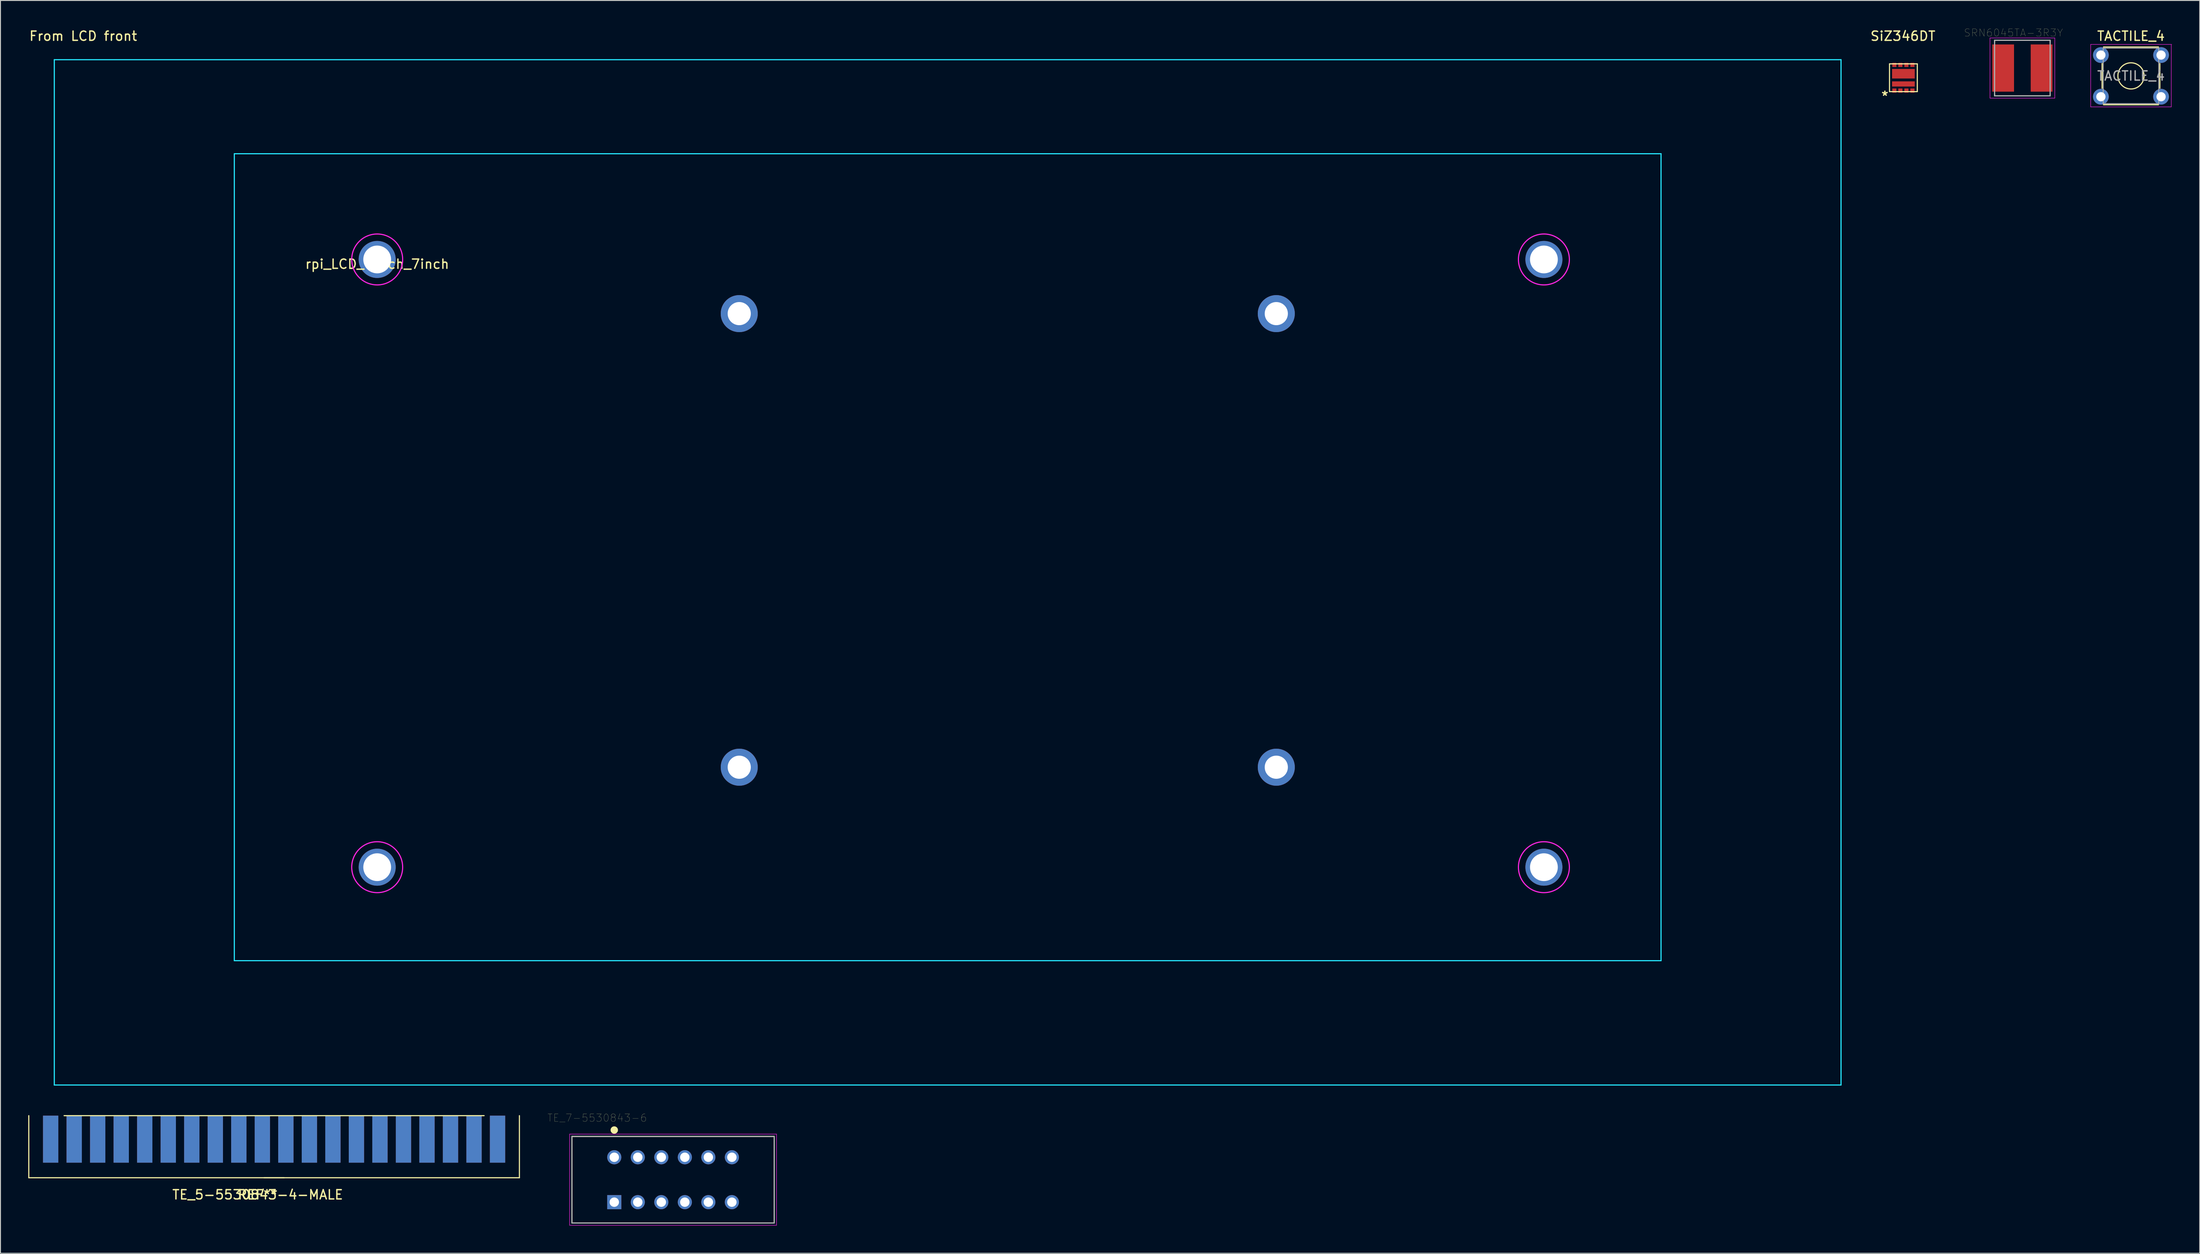
<source format=kicad_pcb>
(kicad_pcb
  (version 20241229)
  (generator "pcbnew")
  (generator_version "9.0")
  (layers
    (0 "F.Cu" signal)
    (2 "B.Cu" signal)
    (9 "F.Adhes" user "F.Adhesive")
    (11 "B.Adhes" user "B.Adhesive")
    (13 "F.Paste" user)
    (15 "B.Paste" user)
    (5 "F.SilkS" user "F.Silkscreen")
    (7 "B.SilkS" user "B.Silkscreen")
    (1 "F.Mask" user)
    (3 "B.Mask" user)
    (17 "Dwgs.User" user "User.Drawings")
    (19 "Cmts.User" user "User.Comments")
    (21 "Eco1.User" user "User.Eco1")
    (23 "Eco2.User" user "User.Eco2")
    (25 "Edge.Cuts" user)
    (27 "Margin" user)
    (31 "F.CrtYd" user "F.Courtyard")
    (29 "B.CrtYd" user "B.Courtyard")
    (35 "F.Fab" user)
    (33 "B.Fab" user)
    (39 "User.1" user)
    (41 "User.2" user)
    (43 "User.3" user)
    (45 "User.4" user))
  (footprint "TACTILE_4"
    (layer "F.Cu")
    (at 223.837 2.898)
    (property "Reference" "TACTILE_4" (at 3.25 -2.05 0) (layer "F.SilkS") (effects (font (size 1 1) (thickness 0.15))))
    (attr through_hole)
    (fp_line (start 0.13 3.59) (end 0.13 0.91) (stroke (width 0.12) (type solid)) (layer "F.SilkS"))
    (fp_line (start 0.28 -0.87) (end 6.22 -0.87) (stroke (width 0.12) (type solid)) (layer "F.SilkS"))
    (fp_line (start 0.28 5.37) (end 6.22 5.37) (stroke (width 0.12) (type solid)) (layer "F.SilkS"))
    (fp_line (start 6.37 0.91) (end 6.37 3.59) (stroke (width 0.12) (type solid)) (layer "F.SilkS"))
    (fp_circle (center 3.25 2.25) (end 4.25 3.25) (stroke (width 0.12) (type solid)) (fill no) (layer "F.SilkS"))
    (fp_line (start -1.1 -1.15) (end -1.1 5.6) (stroke (width 0.05) (type solid)) (layer "F.CrtYd"))
    (fp_line (start -1.1 5.6) (end 7.6 5.6) (stroke (width 0.05) (type solid)) (layer "F.CrtYd"))
    (fp_line (start 7.6 5.6) (end 7.6 -1.1) (stroke (width 0.05) (type solid)) (layer "F.CrtYd"))
    (fp_line (start 7.65 -1.15) (end -1.1 -1.15) (stroke (width 0.05) (type solid)) (layer "F.CrtYd"))
    (fp_line (start 0.25 -0.75) (end 0.25 5.25) (stroke (width 0.1) (type solid)) (layer "F.Fab"))
    (fp_line (start 0.25 -0.75) (end 6.25 -0.75) (stroke (width 0.1) (type solid)) (layer "F.Fab"))
    (fp_line (start 0.25 5.25) (end 6.25 5.25) (stroke (width 0.1) (type solid)) (layer "F.Fab"))
    (fp_line (start 6.25 -0.75) (end 6.25 5.25) (stroke (width 0.1) (type solid)) (layer "F.Fab"))
    (fp_text user "${REFERENCE}" (at 3.25 2.25 0) (layer "F.Fab") (effects (font (size 1 1) (thickness 0.15))))
    (pad "A1" thru_hole circle (at 0 0) (size 1.7 1.7) (drill 1) (layers "*.Cu" "*.Mask"))
    (pad "A2" thru_hole circle (at 6.5 0) (size 1.7 1.7) (drill 1) (layers "*.Cu" "*.Mask"))
    (pad "B1" thru_hole circle (at 0 4.5) (size 1.7 1.7) (drill 1) (layers "*.Cu" "*.Mask"))
    (pad "B2" thru_hole circle (at 6.5 4.5) (size 1.7 1.7) (drill 1) (layers "*.Cu" "*.Mask")))
  (footprint "SiZ346DT"
    (layer "F.Cu")
    (at 202.51 5.348)
    (property "Reference" "SiZ346DT" (at -0.05 -4.5 0) (layer "F.SilkS") (effects (font (size 1 1) (thickness 0.15))))
    (attr through_hole)
    (fp_line (start -1.5 -1.5) (end 1.5 -1.5) (stroke (width 0.12) (type solid)) (layer "F.SilkS"))
    (fp_line (start -1.5 1.5) (end -1.5 -1.5) (stroke (width 0.12) (type solid)) (layer "F.SilkS"))
    (fp_line (start 1.5 -1.5) (end 1.5 1.5) (stroke (width 0.12) (type solid)) (layer "F.SilkS"))
    (fp_line (start 1.5 1.5) (end -1.5 1.5) (stroke (width 0.12) (type solid)) (layer "F.SilkS"))
    (fp_text user "*" (at -2 2 0) (layer "F.SilkS") (effects (font (size 1 1) (thickness 0.15))))
    (pad "1" smd rect (at -0.975 1.386) (size 0.45 0.45) (layers "F.Cu" "F.Mask" "F.Paste"))
    (pad "2" smd rect (at -0.325 1.386) (size 0.45 0.45) (layers "F.Cu" "F.Mask" "F.Paste"))
    (pad "3" smd rect (at 0.325 1.386) (size 0.45 0.45) (layers "F.Cu" "F.Mask" "F.Paste"))
    (pad "4" smd rect (at 0.975 1.386) (size 0.45 0.45) (layers "F.Cu" "F.Mask" "F.Paste"))
    (pad "5" smd rect (at 0.975 -1.386) (size 0.45 0.45) (layers "F.Cu" "F.Mask" "F.Paste"))
    (pad "6" smd rect (at 0.325 -1.386) (size 0.45 0.45) (layers "F.Cu" "F.Mask" "F.Paste"))
    (pad "7" smd rect (at -0.325 -1.386) (size 0.45 0.45) (layers "F.Cu" "F.Mask" "F.Paste"))
    (pad "8" smd rect (at -0.975 -1.386) (size 0.45 0.45) (layers "F.Cu" "F.Mask" "F.Paste"))
    (pad "9" smd rect (at 0 -0.434) (size 2.45 1.036) (layers "F.Cu" "F.Mask" "F.Paste"))
    (pad "10" smd rect (at 0 0.671) (size 2.45 0.562) (layers "F.Cu" "F.Mask" "F.Paste")))
  (footprint "TE_5-5530843-4-MALE"
    (layer "F.Cu")
    (at 26.552 117.468)
    (property "Reference" "TE_5-5530843-4-MALE" (at -1.77 8.54 0) (layer "F.SilkS") (effects (font (size 1 1) (thickness 0.15))))
    (attr through_hole)
    (fp_line (start -26.492 0) (end -26.492 6.706) (stroke (width 0.12) (type solid)) (layer "F.SilkS"))
    (fp_line (start -26.492 6.706) (end 1.092 6.706) (stroke (width 0.12) (type solid)) (layer "F.SilkS"))
    (fp_line (start -22.682 0) (end 22.682 0) (stroke (width 0.12) (type solid)) (layer "F.SilkS"))
    (fp_line (start -1.092 6.706) (end 26.492 6.706) (stroke (width 0.12) (type solid)) (layer "F.SilkS"))
    (fp_line (start 26.492 0) (end 26.492 6.706) (stroke (width 0.12) (type solid)) (layer "F.SilkS"))
    (fp_text user "REF**" (at -1.77 8.54 0) (layer "F.SilkS") (effects (font (size 1 1) (thickness 0.15))))
    (pad "1" smd rect (at 24.13 2.54) (size 1.651 5.08) (layers "B.Cu" "B.Mask" "B.Paste"))
    (pad "2" smd rect (at 24.13 2.54) (size 1.651 5.08) (layers "F.Cu" "F.Mask" "F.Paste"))
    (pad "3" smd rect (at 21.59 2.54) (size 1.651 5.08) (layers "B.Cu" "B.Mask" "B.Paste"))
    (pad "4" smd rect (at 21.59 2.54) (size 1.651 5.08) (layers "F.Cu" "F.Mask" "F.Paste"))
    (pad "5" smd rect (at 19.05 2.54) (size 1.651 5.08) (layers "B.Cu" "B.Mask" "B.Paste"))
    (pad "6" smd rect (at 19.05 2.54) (size 1.651 5.08) (layers "F.Cu" "F.Mask" "F.Paste"))
    (pad "7" smd rect (at 16.51 2.54) (size 1.651 5.08) (layers "B.Cu" "B.Mask" "B.Paste"))
    (pad "8" smd rect (at 16.51 2.54) (size 1.651 5.08) (layers "F.Cu" "F.Mask" "F.Paste"))
    (pad "9" smd rect (at 13.97 2.54) (size 1.651 5.08) (layers "B.Cu" "B.Mask" "B.Paste"))
    (pad "10" smd rect (at 13.97 2.54) (size 1.651 5.08) (layers "F.Cu" "F.Mask" "F.Paste"))
    (pad "11" smd rect (at 11.43 2.54) (size 1.651 5.08) (layers "B.Cu" "B.Mask" "B.Paste"))
    (pad "12" smd rect (at 11.43 2.54) (size 1.651 5.08) (layers "F.Cu" "F.Mask" "F.Paste"))
    (pad "13" smd rect (at 8.89 2.54) (size 1.651 5.08) (layers "B.Cu" "B.Mask" "B.Paste"))
    (pad "14" smd rect (at 8.89 2.54) (size 1.651 5.08) (layers "F.Cu" "F.Mask" "F.Paste"))
    (pad "15" smd rect (at 6.35 2.54) (size 1.651 5.08) (layers "B.Cu" "B.Mask" "B.Paste"))
    (pad "16" smd rect (at 6.35 2.54) (size 1.651 5.08) (layers "F.Cu" "F.Mask" "F.Paste"))
    (pad "17" smd rect (at 3.81 2.54) (size 1.651 5.08) (layers "B.Cu" "B.Mask" "B.Paste"))
    (pad "18" smd rect (at 3.81 2.54) (size 1.651 5.08) (layers "F.Cu" "F.Mask" "F.Paste"))
    (pad "19" smd rect (at 1.27 2.54) (size 1.651 5.08) (layers "B.Cu" "B.Mask" "B.Paste"))
    (pad "20" smd rect (at 1.27 2.54) (size 1.651 5.08) (layers "F.Cu" "F.Mask" "F.Paste"))
    (pad "21" smd rect (at -1.27 2.54) (size 1.651 5.08) (layers "B.Cu" "B.Mask" "B.Paste"))
    (pad "22" smd rect (at -1.27 2.54) (size 1.651 5.08) (layers "F.Cu" "F.Mask" "F.Paste"))
    (pad "23" smd rect (at -3.81 2.54) (size 1.651 5.08) (layers "B.Cu" "B.Mask" "B.Paste"))
    (pad "24" smd rect (at -3.81 2.54) (size 1.651 5.08) (layers "F.Cu" "F.Mask" "F.Paste"))
    (pad "25" smd rect (at -6.35 2.54) (size 1.651 5.08) (layers "B.Cu" "B.Mask" "B.Paste"))
    (pad "26" smd rect (at -6.35 2.54) (size 1.651 5.08) (layers "F.Cu" "F.Mask" "F.Paste"))
    (pad "27" smd rect (at -8.89 2.54) (size 1.651 5.08) (layers "B.Cu" "B.Mask" "B.Paste"))
    (pad "28" smd rect (at -8.89 2.54) (size 1.651 5.08) (layers "F.Cu" "F.Mask" "F.Paste"))
    (pad "29" smd rect (at -11.43 2.54) (size 1.651 5.08) (layers "B.Cu" "B.Mask" "B.Paste"))
    (pad "30" smd rect (at -11.43 2.54) (size 1.651 5.08) (layers "F.Cu" "F.Mask" "F.Paste"))
    (pad "31" smd rect (at -13.97 2.54) (size 1.651 5.08) (layers "B.Cu" "B.Mask" "B.Paste"))
    (pad "32" smd rect (at -13.97 2.54) (size 1.651 5.08) (layers "F.Cu" "F.Mask" "F.Paste"))
    (pad "33" smd rect (at -16.51 2.54) (size 1.651 5.08) (layers "B.Cu" "B.Mask" "B.Paste"))
    (pad "34" smd rect (at -16.51 2.54) (size 1.651 5.08) (layers "F.Cu" "F.Mask" "F.Paste"))
    (pad "35" smd rect (at -19.05 2.54) (size 1.651 5.08) (layers "B.Cu" "B.Mask" "B.Paste"))
    (pad "36" smd rect (at -19.05 2.54) (size 1.651 5.08) (layers "F.Cu" "F.Mask" "F.Paste"))
    (pad "37" smd rect (at -21.59 2.54) (size 1.651 5.08) (layers "B.Cu" "B.Mask" "B.Paste"))
    (pad "38" smd rect (at -21.59 2.54) (size 1.651 5.08) (layers "F.Cu" "F.Mask" "F.Paste"))
    (pad "39" smd rect (at -24.13 2.54) (size 1.651 5.08) (layers "B.Cu" "B.Mask" "B.Paste"))
    (pad "40" smd rect (at -24.13 2.54) (size 1.651 5.08) (layers "F.Cu" "F.Mask" "F.Paste")))
  (footprint "TE_7-5530843-6"
    (layer "F.Cu")
    (at 63.289 126.813)
    (property "Reference" "TE_7-5530843-6" (at -1.846 -9.1 0) (layer "F.SilkS") (effects (font (size 0.801 0.801) (thickness 0.015))))
    (attr through_hole)
    (fp_line (start -4.572 -7.099) (end 17.272 -7.099) (stroke (width 0.127) (type solid)) (layer "F.SilkS"))
    (fp_line (start -4.572 2.248) (end -4.572 -7.099) (stroke (width 0.127) (type solid)) (layer "F.SilkS"))
    (fp_line (start 17.272 -7.099) (end 17.272 2.248) (stroke (width 0.127) (type solid)) (layer "F.SilkS"))
    (fp_line (start 17.272 2.248) (end -4.572 2.248) (stroke (width 0.127) (type solid)) (layer "F.SilkS"))
    (fp_circle (center 0 -7.791) (end 0.2 -7.791) (stroke (width 0.4) (type solid)) (fill no) (layer "F.SilkS"))
    (fp_line (start -4.822 -7.349) (end 17.522 -7.349) (stroke (width 0.05) (type solid)) (layer "F.CrtYd"))
    (fp_line (start -4.822 2.498) (end -4.822 -7.349) (stroke (width 0.05) (type solid)) (layer "F.CrtYd"))
    (fp_line (start 17.522 -7.349) (end 17.522 2.498) (stroke (width 0.05) (type solid)) (layer "F.CrtYd"))
    (fp_line (start 17.522 2.498) (end -4.822 2.498) (stroke (width 0.05) (type solid)) (layer "F.CrtYd"))
    (fp_line (start -4.572 -7.099) (end 17.272 -7.099) (stroke (width 0.127) (type solid)) (layer "F.Fab"))
    (fp_line (start -4.572 2.248) (end -4.572 -7.099) (stroke (width 0.127) (type solid)) (layer "F.Fab"))
    (fp_line (start 17.272 -7.099) (end 17.272 2.248) (stroke (width 0.127) (type solid)) (layer "F.Fab"))
    (fp_line (start 17.272 2.248) (end -4.572 2.248) (stroke (width 0.127) (type solid)) (layer "F.Fab"))
    (pad "1" thru_hole rect (at 0 0) (size 1.524 1.524) (drill 1.016) (layers "*.Cu" "*.Mask"))
    (pad "2" thru_hole circle (at 0 -4.851) (size 1.524 1.524) (drill 1.016) (layers "*.Cu" "*.Mask"))
    (pad "3" thru_hole circle (at 2.54 0) (size 1.524 1.524) (drill 1.016) (layers "*.Cu" "*.Mask"))
    (pad "4" thru_hole circle (at 2.54 -4.851) (size 1.524 1.524) (drill 1.016) (layers "*.Cu" "*.Mask"))
    (pad "5" thru_hole circle (at 5.08 0) (size 1.524 1.524) (drill 1.016) (layers "*.Cu" "*.Mask"))
    (pad "6" thru_hole circle (at 5.08 -4.851) (size 1.524 1.524) (drill 1.016) (layers "*.Cu" "*.Mask"))
    (pad "7" thru_hole circle (at 7.62 0) (size 1.524 1.524) (drill 1.016) (layers "*.Cu" "*.Mask"))
    (pad "8" thru_hole circle (at 7.62 -4.851) (size 1.524 1.524) (drill 1.016) (layers "*.Cu" "*.Mask"))
    (pad "9" thru_hole circle (at 10.16 0) (size 1.524 1.524) (drill 1.016) (layers "*.Cu" "*.Mask"))
    (pad "10" thru_hole circle (at 10.16 -4.851) (size 1.524 1.524) (drill 1.016) (layers "*.Cu" "*.Mask"))
    (pad "11" thru_hole circle (at 12.7 0) (size 1.524 1.524) (drill 1.016) (layers "*.Cu" "*.Mask"))
    (pad "12" thru_hole circle (at 12.7 -4.851) (size 1.524 1.524) (drill 1.016) (layers "*.Cu" "*.Mask")))
  (footprint "rpi_LCD_Touch_7inch"
    (layer "F.Cu")
    (at 37.685 24.978)
    (property "Reference" "rpi_LCD_Touch_7inch" (at 0 0.5 0) (layer "F.SilkS") (effects (font (size 1 1) (thickness 0.15))))
    (attr through_hole)
    (fp_line (start -34.87 -21.58) (end 158.09 -21.58) (stroke (width 0.12) (type solid)) (layer "B.CrtYd"))
    (fp_line (start -34.87 89.18) (end -34.87 -21.58) (stroke (width 0.12) (type solid)) (layer "B.CrtYd"))
    (fp_line (start -15.43 -11.42) (end 138.65 -11.42) (stroke (width 0.12) (type solid)) (layer "B.CrtYd"))
    (fp_line (start -15.43 75.75) (end -15.43 -11.42) (stroke (width 0.12) (type solid)) (layer "B.CrtYd"))
    (fp_line (start 138.65 -11.42) (end 138.65 75.75) (stroke (width 0.12) (type solid)) (layer "B.CrtYd"))
    (fp_line (start 138.65 75.75) (end -15.43 75.75) (stroke (width 0.12) (type solid)) (layer "B.CrtYd"))
    (fp_line (start 158.09 -21.58) (end 158.09 89.18) (stroke (width 0.12) (type solid)) (layer "B.CrtYd"))
    (fp_line (start 158.09 89.18) (end -34.87 89.18) (stroke (width 0.12) (type solid)) (layer "B.CrtYd"))
    (fp_circle (center 0 0) (end 2.75 0) (stroke (width 0.12) (type solid)) (fill no) (layer "F.CrtYd"))
    (fp_circle (center 0 65.65) (end 2.75 65.65) (stroke (width 0.12) (type solid)) (fill no) (layer "F.CrtYd"))
    (fp_circle (center 126 0) (end 128.75 0) (stroke (width 0.12) (type solid)) (fill no) (layer "F.CrtYd"))
    (fp_circle (center 126 65.65) (end 128.75 65.65) (stroke (width 0.12) (type solid)) (fill no) (layer "F.CrtYd"))
    (fp_text user "From LCD front" (at -31.75 -24.13 0) (layer "F.SilkS") (effects (font (size 1 1) (thickness 0.15))))
    (pad "1" thru_hole circle (at 0 0) (size 4 4) (drill 3) (layers "*.Cu" "*.Mask"))
    (pad "2" thru_hole circle (at 0 65.65) (size 4 4) (drill 3) (layers "*.Cu" "*.Mask"))
    (pad "3" thru_hole circle (at 126 65.65) (size 4 4) (drill 3) (layers "*.Cu" "*.Mask"))
    (pad "4" thru_hole circle (at 126 0) (size 4 4) (drill 3) (layers "*.Cu" "*.Mask"))
    (pad "5" thru_hole circle (at 39.1 5.85) (size 4 4) (drill 2.5) (layers "*.Cu" "*.Mask"))
    (pad "6" thru_hole circle (at 97.1 5.85) (size 4 4) (drill 2.5) (layers "*.Cu" "*.Mask"))
    (pad "7" thru_hole circle (at 97.1 54.85) (size 4 4) (drill 2.5) (layers "*.Cu" "*.Mask"))
    (pad "8" thru_hole circle (at 39.1 54.85) (size 4 4) (drill 2.5) (layers "*.Cu" "*.Mask")))
  (footprint "SRN6045TA-3R3Y"
    (layer "F.Cu")
    (at 215.358 4.302)
    (property "Reference" "SRN6045TA-3R3Y" (at -0.96 -3.808 0) (layer "F.SilkS") (effects (font (size 0.8 0.8) (thickness 0.015))))
    (attr through_hole)
    (fp_line (start -3 -3) (end 3 -3) (stroke (width 0.127) (type solid)) (layer "F.SilkS"))
    (fp_line (start -3 -2.8) (end -3 -3) (stroke (width 0.127) (type solid)) (layer "F.SilkS"))
    (fp_line (start -3 2.8) (end -3 3) (stroke (width 0.127) (type solid)) (layer "F.SilkS"))
    (fp_line (start -3 3) (end 3 3) (stroke (width 0.127) (type solid)) (layer "F.SilkS"))
    (fp_line (start 3 -3) (end 3 -2.8) (stroke (width 0.127) (type solid)) (layer "F.SilkS"))
    (fp_line (start 3 3) (end 3 2.8) (stroke (width 0.127) (type solid)) (layer "F.SilkS"))
    (fp_line (start -3.5 -3.25) (end 3.5 -3.25) (stroke (width 0.05) (type solid)) (layer "F.CrtYd"))
    (fp_line (start -3.5 3.25) (end -3.5 -3.25) (stroke (width 0.05) (type solid)) (layer "F.CrtYd"))
    (fp_line (start 3.5 -3.25) (end 3.5 3.25) (stroke (width 0.05) (type solid)) (layer "F.CrtYd"))
    (fp_line (start 3.5 3.25) (end -3.5 3.25) (stroke (width 0.05) (type solid)) (layer "F.CrtYd"))
    (fp_line (start -3 -3) (end 3 -3) (stroke (width 0.127) (type solid)) (layer "F.Fab"))
    (fp_line (start -3 3) (end -3 -3) (stroke (width 0.127) (type solid)) (layer "F.Fab"))
    (fp_line (start 3 -3) (end 3 3) (stroke (width 0.127) (type solid)) (layer "F.Fab"))
    (fp_line (start 3 3) (end -3 3) (stroke (width 0.127) (type solid)) (layer "F.Fab"))
    (pad "1" smd rect (at -2.075 0) (size 2.35 5.1) (layers "F.Cu" "F.Mask" "F.Paste"))
    (pad "2" smd rect (at 2.075 0) (size 2.35 5.1) (layers "F.Cu" "F.Mask" "F.Paste")))
  (gr_rect
    (start -3 -3)
    (end 234.512 132.336)
    (stroke (width 0.1) (type default))
    (fill no)
    (layer "Edge.Cuts")))
</source>
